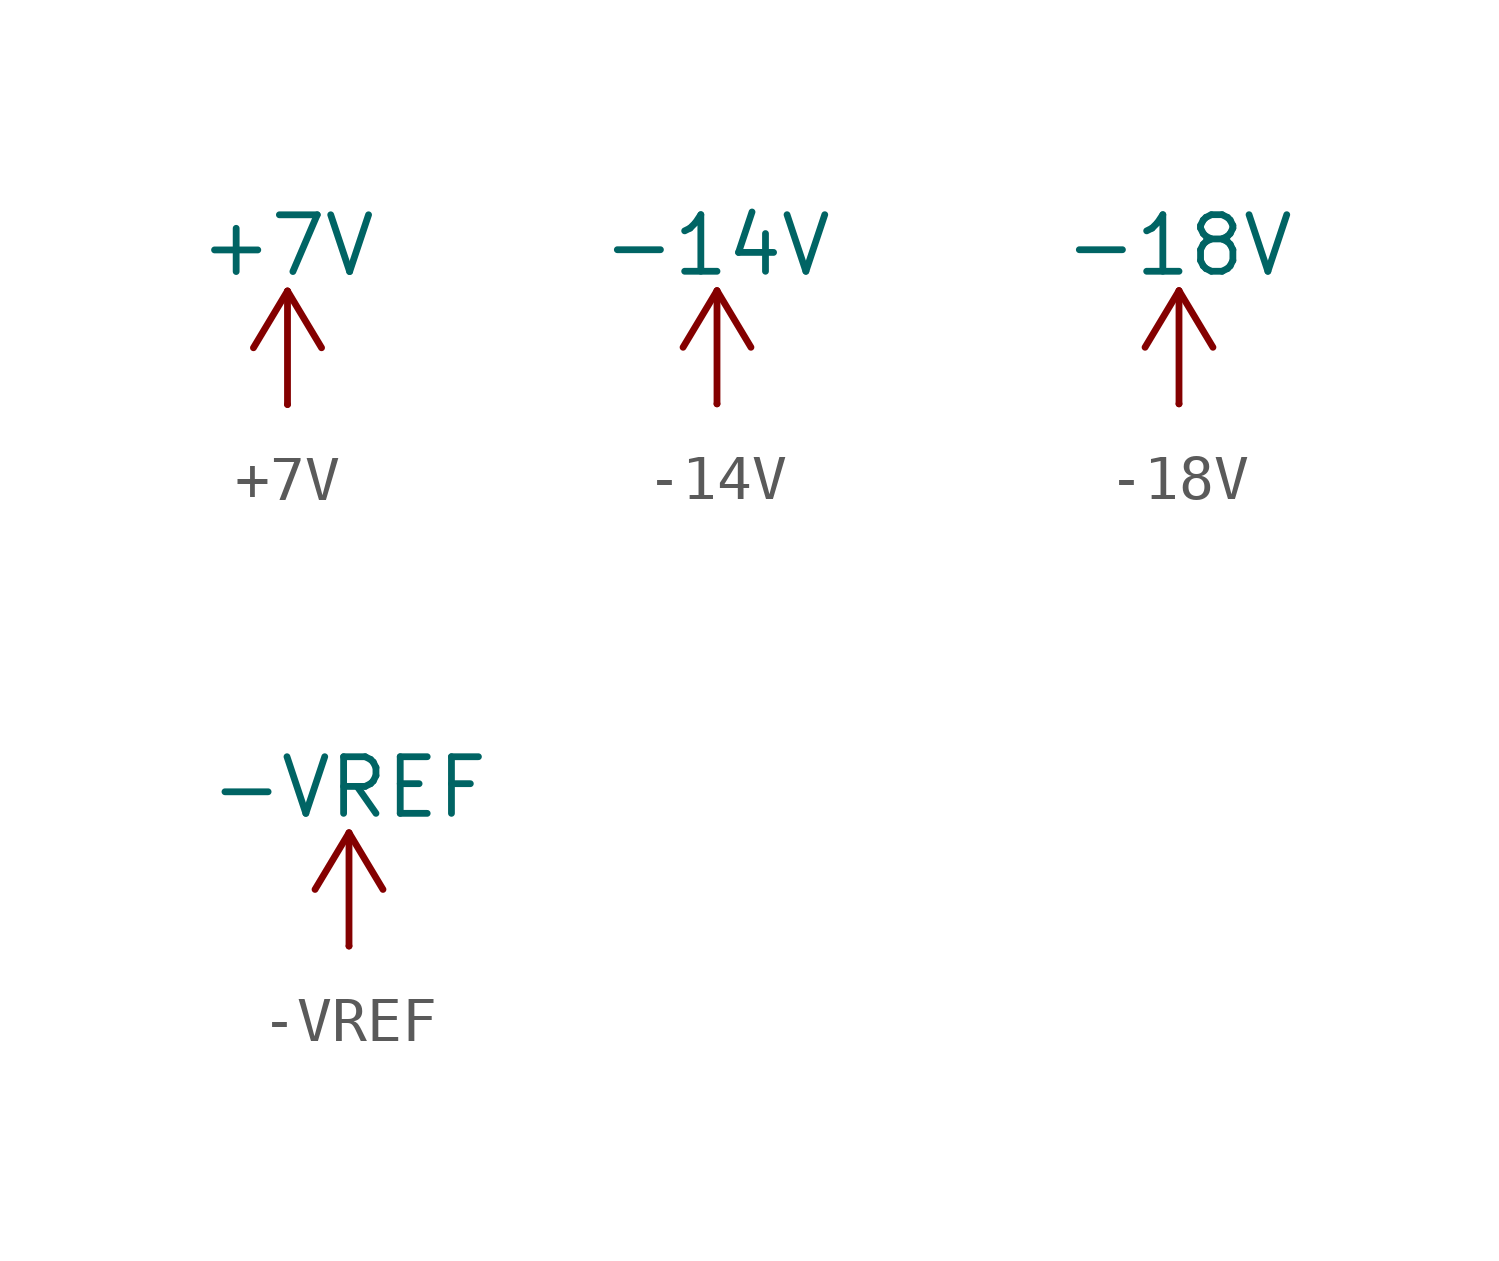
<source format=kicad_sym>
(kicad_symbol_lib
  (version 20241209)
  (generator "kicad_symbol_editor")
  (generator_version "9.0")
  (symbol "+7V"
    (power)
    (pin_numbers
      (hide yes))
    (pin_names
      (offset 0)
      (hide yes))
    (property "Reference" "#PWR"
      (at 0 -3.81 0)
      (effects (font (size 1.27 1.27)) (hide yes)))
    (property "Value" "+7V"
      (at 0 3.556 0)
      (effects (font (size 1.27 1.27))))
    (symbol "+7V_0_1"
      (polyline (pts (xy -0.762 1.27) (xy 0 2.54)) (stroke (width 0) (type default)) (fill (type none)))
      (polyline (pts (xy 0 2.54) (xy 0.762 1.27)) (stroke (width 0) (type default)) (fill (type none)))
      (polyline (pts (xy 0 0) (xy 0 2.54)) (stroke (width 0) (type default)) (fill (type none))))
    (symbol "+7V_1_1"
      (pin power_in line (at 0 0 90) (length 0) (name "~" (effects (font (size 1.27 1.27)))) (number "1" (effects (font (size 1.27 1.27)))))))
  (symbol "-14V"
    (power)
    (pin_numbers
      (hide yes))
    (pin_names
      (offset 0)
      (hide yes))
    (property "Reference" "#PWR"
      (at 0 -3.81 0)
      (effects (font (size 1.27 1.27)) (hide yes)))
    (property "Value" "-14V"
      (at 0 3.556 0)
      (effects (font (size 1.27 1.27))))
    (symbol "-14V_0_1"
      (polyline (pts (xy -0.762 1.27) (xy 0 2.54)) (stroke (width 0) (type default)) (fill (type none)))
      (polyline (pts (xy 0 2.54) (xy 0.762 1.27)) (stroke (width 0) (type default)) (fill (type none)))
      (polyline (pts (xy 0 0) (xy 0 2.54)) (stroke (width 0) (type default)) (fill (type none))))
    (symbol "-14V_1_1"
      (pin power_in line (at 0 0 90) (length 0) (name "~" (effects (font (size 1.27 1.27)))) (number "1" (effects (font (size 1.27 1.27)))))))
  (symbol "-18V"
    (power)
    (pin_numbers
      (hide yes))
    (pin_names
      (offset 0)
      (hide yes))
    (property "Reference" "#PWR"
      (at 0 -3.81 0)
      (effects (font (size 1.27 1.27)) (hide yes)))
    (property "Value" "-18V"
      (at 0 3.556 0)
      (effects (font (size 1.27 1.27))))
    (symbol "-18V_0_1"
      (polyline (pts (xy -0.762 1.27) (xy 0 2.54)) (stroke (width 0) (type default)) (fill (type none)))
      (polyline (pts (xy 0 2.54) (xy 0.762 1.27)) (stroke (width 0) (type default)) (fill (type none)))
      (polyline (pts (xy 0 0) (xy 0 2.54)) (stroke (width 0) (type default)) (fill (type none))))
    (symbol "-18V_1_1"
      (pin power_in line (at 0 0 90) (length 0) (name "~" (effects (font (size 1.27 1.27)))) (number "1" (effects (font (size 1.27 1.27)))))))
  (symbol "-VREF"
    (power)
    (pin_numbers
      (hide yes))
    (pin_names
      (offset 0)
      (hide yes))
    (property "Reference" "#PWR"
      (at 0 -3.81 0)
      (effects (font (size 1.27 1.27)) (hide yes)))
    (property "Value" "-VREF"
      (at 0 3.556 0)
      (effects (font (size 1.27 1.27))))
    (symbol "-VREF_0_1"
      (polyline (pts (xy -0.762 1.27) (xy 0 2.54)) (stroke (width 0) (type default)) (fill (type none)))
      (polyline (pts (xy 0 2.54) (xy 0.762 1.27)) (stroke (width 0) (type default)) (fill (type none)))
      (polyline (pts (xy 0 0) (xy 0 2.54)) (stroke (width 0) (type default)) (fill (type none))))
    (symbol "-VREF_1_1"
      (pin power_in line (at 0 0 90) (length 0) (name "~" (effects (font (size 1.27 1.27)))) (number "1" (effects (font (size 1.27 1.27))))))))
</source>
